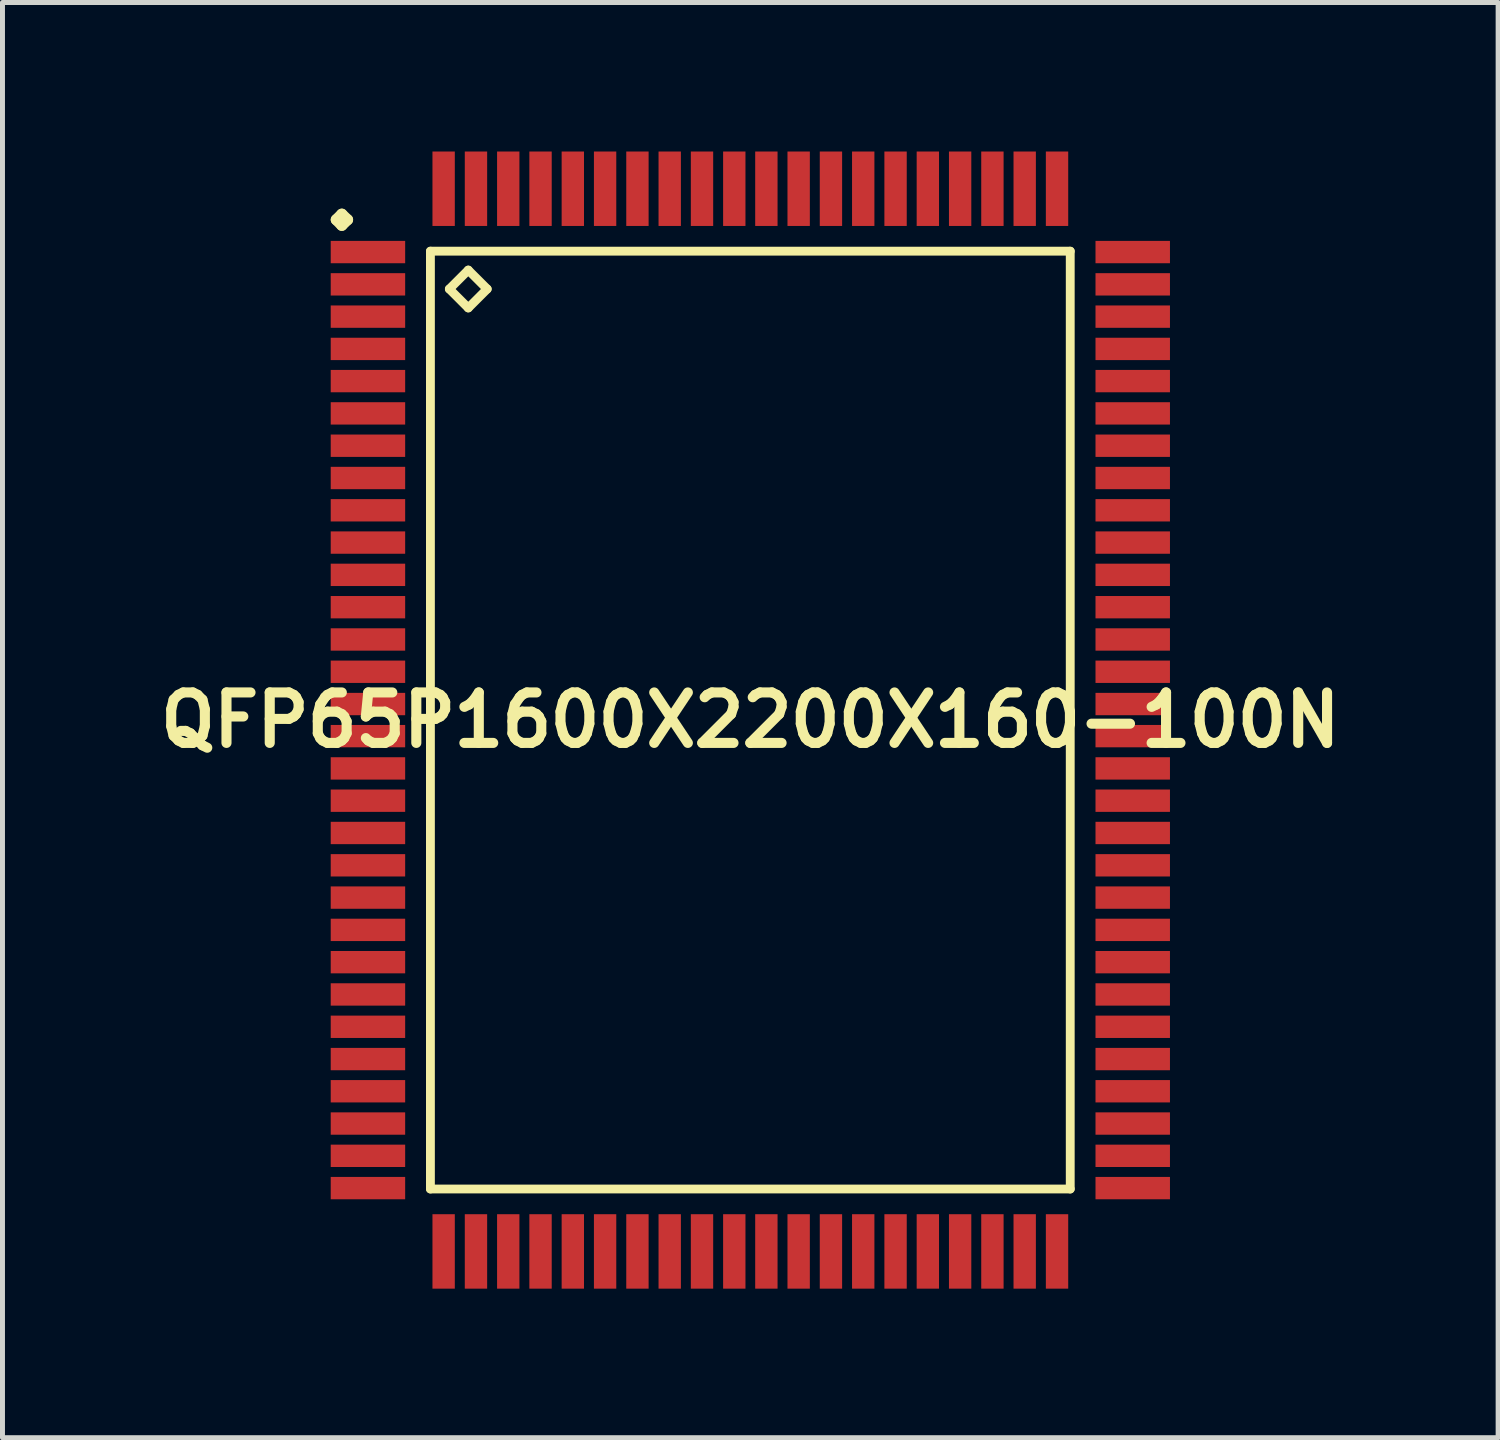
<source format=kicad_pcb>
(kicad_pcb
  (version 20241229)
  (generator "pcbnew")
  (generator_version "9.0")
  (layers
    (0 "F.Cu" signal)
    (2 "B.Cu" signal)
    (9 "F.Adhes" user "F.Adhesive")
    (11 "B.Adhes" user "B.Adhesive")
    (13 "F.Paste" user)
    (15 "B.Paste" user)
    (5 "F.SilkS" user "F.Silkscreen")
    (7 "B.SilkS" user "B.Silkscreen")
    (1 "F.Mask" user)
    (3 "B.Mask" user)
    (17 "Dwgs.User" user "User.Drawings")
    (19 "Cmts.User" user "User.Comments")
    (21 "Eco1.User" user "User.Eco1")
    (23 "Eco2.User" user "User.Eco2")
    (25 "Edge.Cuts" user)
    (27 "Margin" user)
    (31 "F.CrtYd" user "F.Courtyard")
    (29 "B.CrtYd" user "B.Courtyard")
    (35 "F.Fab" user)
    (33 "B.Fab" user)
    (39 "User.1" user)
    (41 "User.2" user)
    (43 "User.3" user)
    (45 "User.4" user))
  (footprint "QFP65P1600X2200X160-100N"
    (layer "F.Cu")
    (at 12.057 11.448)
    (property "Reference" "QFP65P1600X2200X160-100N" (at 0 0 0) (layer "F.SilkS") (effects (font (size 1.016 1.016) (thickness 0.203))))
    (attr smd)
    (fp_line (start -8.336 -10.074) (end -8.225 -10.185) (stroke (width 0.224) (type solid)) (layer "F.SilkS"))
    (fp_line (start -8.225 -10.185) (end -8.11 -10.074) (stroke (width 0.224) (type solid)) (layer "F.SilkS"))
    (fp_line (start -8.225 -9.962) (end -8.336 -10.074) (stroke (width 0.224) (type solid)) (layer "F.SilkS"))
    (fp_line (start -8.11 -10.074) (end -8.225 -9.962) (stroke (width 0.224) (type solid)) (layer "F.SilkS"))
    (fp_line (start -6.441 -9.441) (end -6.441 9.441) (stroke (width 0.178) (type solid)) (layer "F.SilkS"))
    (fp_line (start -6.441 9.441) (end 6.441 9.441) (stroke (width 0.178) (type solid)) (layer "F.SilkS"))
    (fp_line (start -6.06 -8.679) (end -5.679 -9.06) (stroke (width 0.178) (type solid)) (layer "F.SilkS"))
    (fp_line (start -5.679 -9.06) (end -5.298 -8.679) (stroke (width 0.178) (type solid)) (layer "F.SilkS"))
    (fp_line (start -5.679 -8.298) (end -6.06 -8.679) (stroke (width 0.178) (type solid)) (layer "F.SilkS"))
    (fp_line (start -5.298 -8.679) (end -5.679 -8.298) (stroke (width 0.178) (type solid)) (layer "F.SilkS"))
    (fp_line (start 6.441 -9.441) (end -6.441 -9.441) (stroke (width 0.178) (type solid)) (layer "F.SilkS"))
    (fp_line (start 6.441 9.441) (end 6.441 -9.441) (stroke (width 0.178) (type solid)) (layer "F.SilkS"))
    (pad "1" smd rect (at -7.699 -9.423) (size 1.499 0.45) (layers "F.Cu" "F.Mask" "F.Paste"))
    (pad "2" smd rect (at -7.699 -8.773) (size 1.499 0.45) (layers "F.Cu" "F.Mask" "F.Paste"))
    (pad "3" smd rect (at -7.699 -8.123) (size 1.499 0.45) (layers "F.Cu" "F.Mask" "F.Paste"))
    (pad "4" smd rect (at -7.699 -7.473) (size 1.499 0.45) (layers "F.Cu" "F.Mask" "F.Paste"))
    (pad "5" smd rect (at -7.699 -6.825) (size 1.499 0.45) (layers "F.Cu" "F.Mask" "F.Paste"))
    (pad "6" smd rect (at -7.699 -6.175) (size 1.499 0.45) (layers "F.Cu" "F.Mask" "F.Paste"))
    (pad "7" smd rect (at -7.699 -5.524) (size 1.499 0.45) (layers "F.Cu" "F.Mask" "F.Paste"))
    (pad "8" smd rect (at -7.699 -4.874) (size 1.499 0.45) (layers "F.Cu" "F.Mask" "F.Paste"))
    (pad "9" smd rect (at -7.699 -4.224) (size 1.499 0.45) (layers "F.Cu" "F.Mask" "F.Paste"))
    (pad "10" smd rect (at -7.699 -3.574) (size 1.499 0.45) (layers "F.Cu" "F.Mask" "F.Paste"))
    (pad "11" smd rect (at -7.699 -2.924) (size 1.499 0.45) (layers "F.Cu" "F.Mask" "F.Paste"))
    (pad "12" smd rect (at -7.699 -2.273) (size 1.499 0.45) (layers "F.Cu" "F.Mask" "F.Paste"))
    (pad "13" smd rect (at -7.699 -1.623) (size 1.499 0.45) (layers "F.Cu" "F.Mask" "F.Paste"))
    (pad "14" smd rect (at -7.699 -0.973) (size 1.499 0.45) (layers "F.Cu" "F.Mask" "F.Paste"))
    (pad "15" smd rect (at -7.699 -0.323) (size 1.499 0.45) (layers "F.Cu" "F.Mask" "F.Paste"))
    (pad "16" smd rect (at -7.699 0.323) (size 1.499 0.45) (layers "F.Cu" "F.Mask" "F.Paste"))
    (pad "17" smd rect (at -7.699 0.973) (size 1.499 0.45) (layers "F.Cu" "F.Mask" "F.Paste"))
    (pad "18" smd rect (at -7.699 1.623) (size 1.499 0.45) (layers "F.Cu" "F.Mask" "F.Paste"))
    (pad "19" smd rect (at -7.699 2.273) (size 1.499 0.45) (layers "F.Cu" "F.Mask" "F.Paste"))
    (pad "20" smd rect (at -7.699 2.924) (size 1.499 0.45) (layers "F.Cu" "F.Mask" "F.Paste"))
    (pad "21" smd rect (at -7.699 3.574) (size 1.499 0.45) (layers "F.Cu" "F.Mask" "F.Paste"))
    (pad "22" smd rect (at -7.699 4.224) (size 1.499 0.45) (layers "F.Cu" "F.Mask" "F.Paste"))
    (pad "23" smd rect (at -7.699 4.874) (size 1.499 0.45) (layers "F.Cu" "F.Mask" "F.Paste"))
    (pad "24" smd rect (at -7.699 5.524) (size 1.499 0.45) (layers "F.Cu" "F.Mask" "F.Paste"))
    (pad "25" smd rect (at -7.699 6.175) (size 1.499 0.45) (layers "F.Cu" "F.Mask" "F.Paste"))
    (pad "26" smd rect (at -7.699 6.825) (size 1.499 0.45) (layers "F.Cu" "F.Mask" "F.Paste"))
    (pad "27" smd rect (at -7.699 7.473) (size 1.499 0.45) (layers "F.Cu" "F.Mask" "F.Paste"))
    (pad "28" smd rect (at -7.699 8.123) (size 1.499 0.45) (layers "F.Cu" "F.Mask" "F.Paste"))
    (pad "29" smd rect (at -7.699 8.773) (size 1.499 0.45) (layers "F.Cu" "F.Mask" "F.Paste"))
    (pad "30" smd rect (at -7.699 9.423) (size 1.499 0.45) (layers "F.Cu" "F.Mask" "F.Paste"))
    (pad "31" smd rect (at -6.175 10.698) (size 0.45 1.499) (layers "F.Cu" "F.Mask" "F.Paste"))
    (pad "32" smd rect (at -5.524 10.698) (size 0.45 1.499) (layers "F.Cu" "F.Mask" "F.Paste"))
    (pad "33" smd rect (at -4.874 10.698) (size 0.45 1.499) (layers "F.Cu" "F.Mask" "F.Paste"))
    (pad "34" smd rect (at -4.224 10.698) (size 0.45 1.499) (layers "F.Cu" "F.Mask" "F.Paste"))
    (pad "35" smd rect (at -3.574 10.698) (size 0.45 1.499) (layers "F.Cu" "F.Mask" "F.Paste"))
    (pad "36" smd rect (at -2.924 10.698) (size 0.45 1.499) (layers "F.Cu" "F.Mask" "F.Paste"))
    (pad "37" smd rect (at -2.273 10.698) (size 0.45 1.499) (layers "F.Cu" "F.Mask" "F.Paste"))
    (pad "38" smd rect (at -1.623 10.698) (size 0.45 1.499) (layers "F.Cu" "F.Mask" "F.Paste"))
    (pad "39" smd rect (at -0.973 10.698) (size 0.45 1.499) (layers "F.Cu" "F.Mask" "F.Paste"))
    (pad "40" smd rect (at -0.323 10.698) (size 0.45 1.499) (layers "F.Cu" "F.Mask" "F.Paste"))
    (pad "41" smd rect (at 0.323 10.698) (size 0.45 1.499) (layers "F.Cu" "F.Mask" "F.Paste"))
    (pad "42" smd rect (at 0.973 10.698) (size 0.45 1.499) (layers "F.Cu" "F.Mask" "F.Paste"))
    (pad "43" smd rect (at 1.623 10.698) (size 0.45 1.499) (layers "F.Cu" "F.Mask" "F.Paste"))
    (pad "44" smd rect (at 2.273 10.698) (size 0.45 1.499) (layers "F.Cu" "F.Mask" "F.Paste"))
    (pad "45" smd rect (at 2.924 10.698) (size 0.45 1.499) (layers "F.Cu" "F.Mask" "F.Paste"))
    (pad "46" smd rect (at 3.574 10.698) (size 0.45 1.499) (layers "F.Cu" "F.Mask" "F.Paste"))
    (pad "47" smd rect (at 4.224 10.698) (size 0.45 1.499) (layers "F.Cu" "F.Mask" "F.Paste"))
    (pad "48" smd rect (at 4.874 10.698) (size 0.45 1.499) (layers "F.Cu" "F.Mask" "F.Paste"))
    (pad "49" smd rect (at 5.524 10.698) (size 0.45 1.499) (layers "F.Cu" "F.Mask" "F.Paste"))
    (pad "50" smd rect (at 6.175 10.698) (size 0.45 1.499) (layers "F.Cu" "F.Mask" "F.Paste"))
    (pad "51" smd rect (at 7.699 9.423) (size 1.499 0.45) (layers "F.Cu" "F.Mask" "F.Paste"))
    (pad "52" smd rect (at 7.699 8.773) (size 1.499 0.45) (layers "F.Cu" "F.Mask" "F.Paste"))
    (pad "53" smd rect (at 7.699 8.123) (size 1.499 0.45) (layers "F.Cu" "F.Mask" "F.Paste"))
    (pad "54" smd rect (at 7.699 7.473) (size 1.499 0.45) (layers "F.Cu" "F.Mask" "F.Paste"))
    (pad "55" smd rect (at 7.699 6.825) (size 1.499 0.45) (layers "F.Cu" "F.Mask" "F.Paste"))
    (pad "56" smd rect (at 7.699 6.175) (size 1.499 0.45) (layers "F.Cu" "F.Mask" "F.Paste"))
    (pad "57" smd rect (at 7.699 5.524) (size 1.499 0.45) (layers "F.Cu" "F.Mask" "F.Paste"))
    (pad "58" smd rect (at 7.699 4.874) (size 1.499 0.45) (layers "F.Cu" "F.Mask" "F.Paste"))
    (pad "59" smd rect (at 7.699 4.224) (size 1.499 0.45) (layers "F.Cu" "F.Mask" "F.Paste"))
    (pad "60" smd rect (at 7.699 3.574) (size 1.499 0.45) (layers "F.Cu" "F.Mask" "F.Paste"))
    (pad "61" smd rect (at 7.699 2.924) (size 1.499 0.45) (layers "F.Cu" "F.Mask" "F.Paste"))
    (pad "62" smd rect (at 7.699 2.273) (size 1.499 0.45) (layers "F.Cu" "F.Mask" "F.Paste"))
    (pad "63" smd rect (at 7.699 1.623) (size 1.499 0.45) (layers "F.Cu" "F.Mask" "F.Paste"))
    (pad "64" smd rect (at 7.699 0.973) (size 1.499 0.45) (layers "F.Cu" "F.Mask" "F.Paste"))
    (pad "65" smd rect (at 7.699 0.323) (size 1.499 0.45) (layers "F.Cu" "F.Mask" "F.Paste"))
    (pad "66" smd rect (at 7.699 -0.323) (size 1.499 0.45) (layers "F.Cu" "F.Mask" "F.Paste"))
    (pad "67" smd rect (at 7.699 -0.973) (size 1.499 0.45) (layers "F.Cu" "F.Mask" "F.Paste"))
    (pad "68" smd rect (at 7.699 -1.623) (size 1.499 0.45) (layers "F.Cu" "F.Mask" "F.Paste"))
    (pad "69" smd rect (at 7.699 -2.273) (size 1.499 0.45) (layers "F.Cu" "F.Mask" "F.Paste"))
    (pad "70" smd rect (at 7.699 -2.924) (size 1.499 0.45) (layers "F.Cu" "F.Mask" "F.Paste"))
    (pad "71" smd rect (at 7.699 -3.574) (size 1.499 0.45) (layers "F.Cu" "F.Mask" "F.Paste"))
    (pad "72" smd rect (at 7.699 -4.224) (size 1.499 0.45) (layers "F.Cu" "F.Mask" "F.Paste"))
    (pad "73" smd rect (at 7.699 -4.874) (size 1.499 0.45) (layers "F.Cu" "F.Mask" "F.Paste"))
    (pad "74" smd rect (at 7.699 -5.524) (size 1.499 0.45) (layers "F.Cu" "F.Mask" "F.Paste"))
    (pad "75" smd rect (at 7.699 -6.175) (size 1.499 0.45) (layers "F.Cu" "F.Mask" "F.Paste"))
    (pad "76" smd rect (at 7.699 -6.825) (size 1.499 0.45) (layers "F.Cu" "F.Mask" "F.Paste"))
    (pad "77" smd rect (at 7.699 -7.473) (size 1.499 0.45) (layers "F.Cu" "F.Mask" "F.Paste"))
    (pad "78" smd rect (at 7.699 -8.123) (size 1.499 0.45) (layers "F.Cu" "F.Mask" "F.Paste"))
    (pad "79" smd rect (at 7.699 -8.773) (size 1.499 0.45) (layers "F.Cu" "F.Mask" "F.Paste"))
    (pad "80" smd rect (at 7.699 -9.423) (size 1.499 0.45) (layers "F.Cu" "F.Mask" "F.Paste"))
    (pad "81" smd rect (at 6.175 -10.698) (size 0.45 1.499) (layers "F.Cu" "F.Mask" "F.Paste"))
    (pad "82" smd rect (at 5.524 -10.698) (size 0.45 1.499) (layers "F.Cu" "F.Mask" "F.Paste"))
    (pad "83" smd rect (at 4.874 -10.698) (size 0.45 1.499) (layers "F.Cu" "F.Mask" "F.Paste"))
    (pad "84" smd rect (at 4.224 -10.698) (size 0.45 1.499) (layers "F.Cu" "F.Mask" "F.Paste"))
    (pad "85" smd rect (at 3.574 -10.698) (size 0.45 1.499) (layers "F.Cu" "F.Mask" "F.Paste"))
    (pad "86" smd rect (at 2.924 -10.698) (size 0.45 1.499) (layers "F.Cu" "F.Mask" "F.Paste"))
    (pad "87" smd rect (at 2.273 -10.698) (size 0.45 1.499) (layers "F.Cu" "F.Mask" "F.Paste"))
    (pad "88" smd rect (at 1.623 -10.698) (size 0.45 1.499) (layers "F.Cu" "F.Mask" "F.Paste"))
    (pad "89" smd rect (at 0.973 -10.698) (size 0.45 1.499) (layers "F.Cu" "F.Mask" "F.Paste"))
    (pad "90" smd rect (at 0.323 -10.698) (size 0.45 1.499) (layers "F.Cu" "F.Mask" "F.Paste"))
    (pad "91" smd rect (at -0.323 -10.698) (size 0.45 1.499) (layers "F.Cu" "F.Mask" "F.Paste"))
    (pad "92" smd rect (at -0.973 -10.698) (size 0.45 1.499) (layers "F.Cu" "F.Mask" "F.Paste"))
    (pad "93" smd rect (at -1.623 -10.698) (size 0.45 1.499) (layers "F.Cu" "F.Mask" "F.Paste"))
    (pad "94" smd rect (at -2.273 -10.698) (size 0.45 1.499) (layers "F.Cu" "F.Mask" "F.Paste"))
    (pad "95" smd rect (at -2.924 -10.698) (size 0.45 1.499) (layers "F.Cu" "F.Mask" "F.Paste"))
    (pad "96" smd rect (at -3.574 -10.698) (size 0.45 1.499) (layers "F.Cu" "F.Mask" "F.Paste"))
    (pad "97" smd rect (at -4.224 -10.698) (size 0.45 1.499) (layers "F.Cu" "F.Mask" "F.Paste"))
    (pad "98" smd rect (at -4.874 -10.698) (size 0.45 1.499) (layers "F.Cu" "F.Mask" "F.Paste"))
    (pad "99" smd rect (at -5.524 -10.698) (size 0.45 1.499) (layers "F.Cu" "F.Mask" "F.Paste"))
    (pad "100" smd rect (at -6.175 -10.698) (size 0.45 1.499) (layers "F.Cu" "F.Mask" "F.Paste")))
  (gr_rect
    (start -3 -3)
    (end 27.113 25.896)
    (stroke (width 0.1) (type default))
    (fill no)
    (layer "Edge.Cuts")))
</source>
